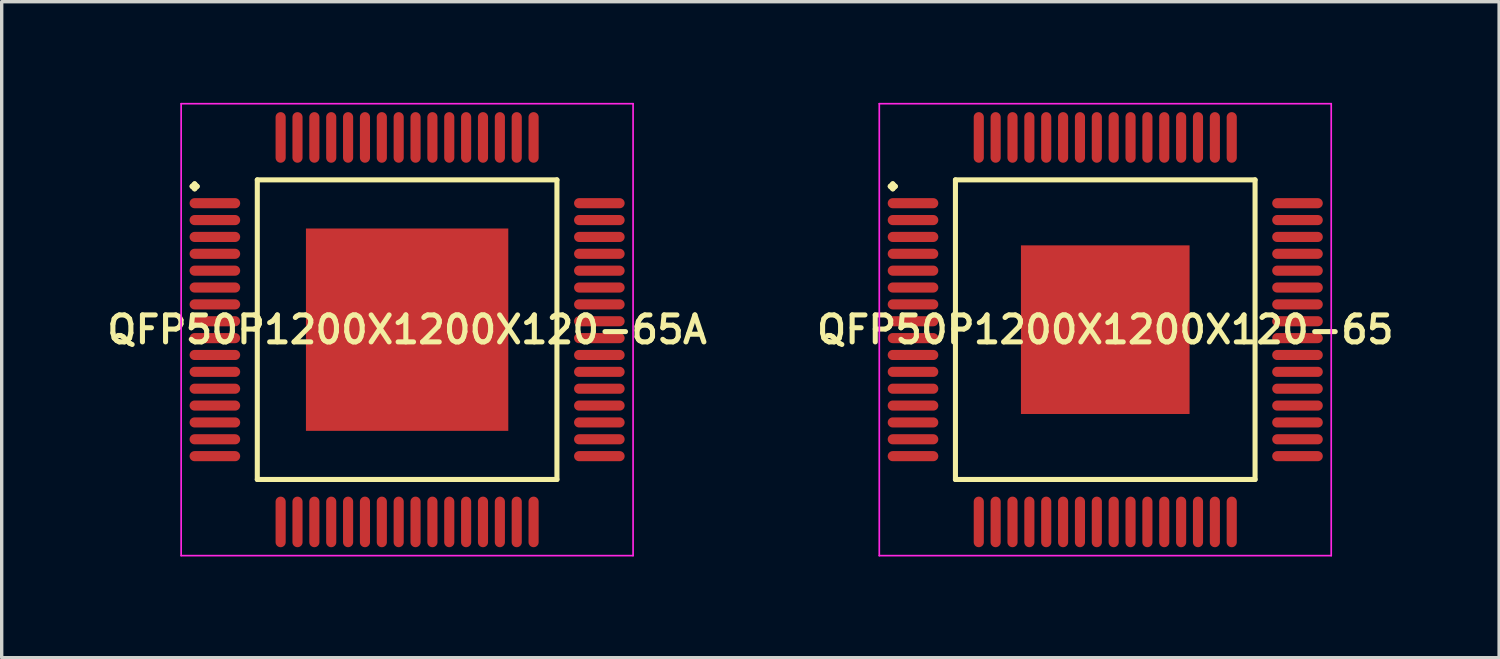
<source format=kicad_pcb>
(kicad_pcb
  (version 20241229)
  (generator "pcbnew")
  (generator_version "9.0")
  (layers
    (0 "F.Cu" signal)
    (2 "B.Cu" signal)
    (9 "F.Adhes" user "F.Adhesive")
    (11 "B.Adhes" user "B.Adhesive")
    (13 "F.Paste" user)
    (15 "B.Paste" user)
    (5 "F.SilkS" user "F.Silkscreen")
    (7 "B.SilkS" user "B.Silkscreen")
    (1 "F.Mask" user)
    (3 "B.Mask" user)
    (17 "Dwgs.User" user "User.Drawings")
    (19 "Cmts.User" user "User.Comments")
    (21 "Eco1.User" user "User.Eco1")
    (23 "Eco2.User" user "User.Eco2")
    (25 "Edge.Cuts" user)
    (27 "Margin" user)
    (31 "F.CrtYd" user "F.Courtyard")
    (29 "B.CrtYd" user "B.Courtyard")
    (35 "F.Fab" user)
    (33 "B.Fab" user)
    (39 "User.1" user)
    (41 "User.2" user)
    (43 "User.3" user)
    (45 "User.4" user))
  (footprint "QFP50P1200X1200X120-65"
    (layer "F.Cu")
    (at 29.721 6.725)
    (property "Reference" "QFP50P1200X1200X120-65" (at 0 0 0) (layer "F.SilkS") (effects (font (size 0.8 0.8) (thickness 0.15))))
    (attr smd)
    (fp_line (start -6.375 -4.25) (end -6.3 -4.325) (stroke (width 0.15) (type solid)) (layer "F.SilkS"))
    (fp_line (start -6.3 -4.325) (end -6.225 -4.25) (stroke (width 0.15) (type solid)) (layer "F.SilkS"))
    (fp_line (start -6.3 -4.175) (end -6.375 -4.25) (stroke (width 0.15) (type solid)) (layer "F.SilkS"))
    (fp_line (start -6.225 -4.25) (end -6.3 -4.175) (stroke (width 0.15) (type solid)) (layer "F.SilkS"))
    (fp_line (start -4.442 -4.442) (end -4.442 4.442) (stroke (width 0.15) (type solid)) (layer "F.SilkS"))
    (fp_line (start -4.442 4.442) (end 4.442 4.442) (stroke (width 0.15) (type solid)) (layer "F.SilkS"))
    (fp_line (start 4.442 -4.442) (end -4.442 -4.442) (stroke (width 0.15) (type solid)) (layer "F.SilkS"))
    (fp_line (start 4.442 4.442) (end 4.442 -4.442) (stroke (width 0.15) (type solid)) (layer "F.SilkS"))
    (fp_line (start -6.7 -6.7) (end 6.7 -6.7) (stroke (width 0.05) (type solid)) (layer "F.CrtYd"))
    (fp_line (start -6.7 6.7) (end -6.7 -6.7) (stroke (width 0.05) (type solid)) (layer "F.CrtYd"))
    (fp_line (start 6.7 -6.7) (end 6.7 6.7) (stroke (width 0.05) (type solid)) (layer "F.CrtYd"))
    (fp_line (start 6.7 6.7) (end -6.7 6.7) (stroke (width 0.05) (type solid)) (layer "F.CrtYd"))
    (pad "1" smd oval (at -5.7 -3.75) (size 1.5 0.3) (layers "F.Cu" "F.Mask" "F.Paste"))
    (pad "2" smd oval (at -5.7 -3.25) (size 1.5 0.3) (layers "F.Cu" "F.Mask" "F.Paste"))
    (pad "3" smd oval (at -5.7 -2.75) (size 1.5 0.3) (layers "F.Cu" "F.Mask" "F.Paste"))
    (pad "4" smd oval (at -5.7 -2.25) (size 1.5 0.3) (layers "F.Cu" "F.Mask" "F.Paste"))
    (pad "5" smd oval (at -5.7 -1.75) (size 1.5 0.3) (layers "F.Cu" "F.Mask" "F.Paste"))
    (pad "6" smd oval (at -5.7 -1.25) (size 1.5 0.3) (layers "F.Cu" "F.Mask" "F.Paste"))
    (pad "7" smd oval (at -5.7 -0.75) (size 1.5 0.3) (layers "F.Cu" "F.Mask" "F.Paste"))
    (pad "8" smd oval (at -5.7 -0.25) (size 1.5 0.3) (layers "F.Cu" "F.Mask" "F.Paste"))
    (pad "9" smd oval (at -5.7 0.25) (size 1.5 0.3) (layers "F.Cu" "F.Mask" "F.Paste"))
    (pad "10" smd oval (at -5.7 0.75) (size 1.5 0.3) (layers "F.Cu" "F.Mask" "F.Paste"))
    (pad "11" smd oval (at -5.7 1.25) (size 1.5 0.3) (layers "F.Cu" "F.Mask" "F.Paste"))
    (pad "12" smd oval (at -5.7 1.75) (size 1.5 0.3) (layers "F.Cu" "F.Mask" "F.Paste"))
    (pad "13" smd oval (at -5.7 2.25) (size 1.5 0.3) (layers "F.Cu" "F.Mask" "F.Paste"))
    (pad "14" smd oval (at -5.7 2.75) (size 1.5 0.3) (layers "F.Cu" "F.Mask" "F.Paste"))
    (pad "15" smd oval (at -5.7 3.25) (size 1.5 0.3) (layers "F.Cu" "F.Mask" "F.Paste"))
    (pad "16" smd oval (at -5.7 3.75) (size 1.5 0.3) (layers "F.Cu" "F.Mask" "F.Paste"))
    (pad "17" smd oval (at -3.75 5.7) (size 0.3 1.5) (layers "F.Cu" "F.Mask" "F.Paste"))
    (pad "18" smd oval (at -3.25 5.7) (size 0.3 1.5) (layers "F.Cu" "F.Mask" "F.Paste"))
    (pad "19" smd oval (at -2.75 5.7) (size 0.3 1.5) (layers "F.Cu" "F.Mask" "F.Paste"))
    (pad "20" smd oval (at -2.25 5.7) (size 0.3 1.5) (layers "F.Cu" "F.Mask" "F.Paste"))
    (pad "21" smd oval (at -1.75 5.7) (size 0.3 1.5) (layers "F.Cu" "F.Mask" "F.Paste"))
    (pad "22" smd oval (at -1.25 5.7) (size 0.3 1.5) (layers "F.Cu" "F.Mask" "F.Paste"))
    (pad "23" smd oval (at -0.75 5.7) (size 0.3 1.5) (layers "F.Cu" "F.Mask" "F.Paste"))
    (pad "24" smd oval (at -0.25 5.7) (size 0.3 1.5) (layers "F.Cu" "F.Mask" "F.Paste"))
    (pad "25" smd oval (at 0.25 5.7) (size 0.3 1.5) (layers "F.Cu" "F.Mask" "F.Paste"))
    (pad "26" smd oval (at 0.75 5.7) (size 0.3 1.5) (layers "F.Cu" "F.Mask" "F.Paste"))
    (pad "27" smd oval (at 1.25 5.7) (size 0.3 1.5) (layers "F.Cu" "F.Mask" "F.Paste"))
    (pad "28" smd oval (at 1.75 5.7) (size 0.3 1.5) (layers "F.Cu" "F.Mask" "F.Paste"))
    (pad "29" smd oval (at 2.25 5.7) (size 0.3 1.5) (layers "F.Cu" "F.Mask" "F.Paste"))
    (pad "30" smd oval (at 2.75 5.7) (size 0.3 1.5) (layers "F.Cu" "F.Mask" "F.Paste"))
    (pad "31" smd oval (at 3.25 5.7) (size 0.3 1.5) (layers "F.Cu" "F.Mask" "F.Paste"))
    (pad "32" smd oval (at 3.75 5.7) (size 0.3 1.5) (layers "F.Cu" "F.Mask" "F.Paste"))
    (pad "33" smd oval (at 5.7 3.75) (size 1.5 0.3) (layers "F.Cu" "F.Mask" "F.Paste"))
    (pad "34" smd oval (at 5.7 3.25) (size 1.5 0.3) (layers "F.Cu" "F.Mask" "F.Paste"))
    (pad "35" smd oval (at 5.7 2.75) (size 1.5 0.3) (layers "F.Cu" "F.Mask" "F.Paste"))
    (pad "36" smd oval (at 5.7 2.25) (size 1.5 0.3) (layers "F.Cu" "F.Mask" "F.Paste"))
    (pad "37" smd oval (at 5.7 1.75) (size 1.5 0.3) (layers "F.Cu" "F.Mask" "F.Paste"))
    (pad "38" smd oval (at 5.7 1.25) (size 1.5 0.3) (layers "F.Cu" "F.Mask" "F.Paste"))
    (pad "39" smd oval (at 5.7 0.75) (size 1.5 0.3) (layers "F.Cu" "F.Mask" "F.Paste"))
    (pad "40" smd oval (at 5.7 0.25) (size 1.5 0.3) (layers "F.Cu" "F.Mask" "F.Paste"))
    (pad "41" smd oval (at 5.7 -0.25) (size 1.5 0.3) (layers "F.Cu" "F.Mask" "F.Paste"))
    (pad "42" smd oval (at 5.7 -0.75) (size 1.5 0.3) (layers "F.Cu" "F.Mask" "F.Paste"))
    (pad "43" smd oval (at 5.7 -1.25) (size 1.5 0.3) (layers "F.Cu" "F.Mask" "F.Paste"))
    (pad "44" smd oval (at 5.7 -1.75) (size 1.5 0.3) (layers "F.Cu" "F.Mask" "F.Paste"))
    (pad "45" smd oval (at 5.7 -2.25) (size 1.5 0.3) (layers "F.Cu" "F.Mask" "F.Paste"))
    (pad "46" smd oval (at 5.7 -2.75) (size 1.5 0.3) (layers "F.Cu" "F.Mask" "F.Paste"))
    (pad "47" smd oval (at 5.7 -3.25) (size 1.5 0.3) (layers "F.Cu" "F.Mask" "F.Paste"))
    (pad "48" smd oval (at 5.7 -3.75) (size 1.5 0.3) (layers "F.Cu" "F.Mask" "F.Paste"))
    (pad "49" smd oval (at 3.75 -5.7) (size 0.3 1.5) (layers "F.Cu" "F.Mask" "F.Paste"))
    (pad "50" smd oval (at 3.25 -5.7) (size 0.3 1.5) (layers "F.Cu" "F.Mask" "F.Paste"))
    (pad "51" smd oval (at 2.75 -5.7) (size 0.3 1.5) (layers "F.Cu" "F.Mask" "F.Paste"))
    (pad "52" smd oval (at 2.25 -5.7) (size 0.3 1.5) (layers "F.Cu" "F.Mask" "F.Paste"))
    (pad "53" smd oval (at 1.75 -5.7) (size 0.3 1.5) (layers "F.Cu" "F.Mask" "F.Paste"))
    (pad "54" smd oval (at 1.25 -5.7) (size 0.3 1.5) (layers "F.Cu" "F.Mask" "F.Paste"))
    (pad "55" smd oval (at 0.75 -5.7) (size 0.3 1.5) (layers "F.Cu" "F.Mask" "F.Paste"))
    (pad "56" smd oval (at 0.25 -5.7) (size 0.3 1.5) (layers "F.Cu" "F.Mask" "F.Paste"))
    (pad "57" smd oval (at -0.25 -5.7) (size 0.3 1.5) (layers "F.Cu" "F.Mask" "F.Paste"))
    (pad "58" smd oval (at -0.75 -5.7) (size 0.3 1.5) (layers "F.Cu" "F.Mask" "F.Paste"))
    (pad "59" smd oval (at -1.25 -5.7) (size 0.3 1.5) (layers "F.Cu" "F.Mask" "F.Paste"))
    (pad "60" smd oval (at -1.75 -5.7) (size 0.3 1.5) (layers "F.Cu" "F.Mask" "F.Paste"))
    (pad "61" smd oval (at -2.25 -5.7) (size 0.3 1.5) (layers "F.Cu" "F.Mask" "F.Paste"))
    (pad "62" smd oval (at -2.75 -5.7) (size 0.3 1.5) (layers "F.Cu" "F.Mask" "F.Paste"))
    (pad "63" smd oval (at -3.25 -5.7) (size 0.3 1.5) (layers "F.Cu" "F.Mask" "F.Paste"))
    (pad "64" smd oval (at -3.75 -5.7) (size 0.3 1.5) (layers "F.Cu" "F.Mask" "F.Paste"))
    (pad "65" smd rect (at 0 0) (size 5 5) (layers "F.Cu" "F.Mask" "F.Paste")))
  (footprint "QFP50P1200X1200X120-65A"
    (layer "F.Cu")
    (at 9.021 6.725)
    (property "Reference" "QFP50P1200X1200X120-65A" (at 0 0 0) (layer "F.SilkS") (effects (font (size 0.8 0.8) (thickness 0.15))))
    (attr smd)
    (fp_line (start -6.375 -4.25) (end -6.3 -4.325) (stroke (width 0.15) (type solid)) (layer "F.SilkS"))
    (fp_line (start -6.3 -4.325) (end -6.225 -4.25) (stroke (width 0.15) (type solid)) (layer "F.SilkS"))
    (fp_line (start -6.3 -4.175) (end -6.375 -4.25) (stroke (width 0.15) (type solid)) (layer "F.SilkS"))
    (fp_line (start -6.225 -4.25) (end -6.3 -4.175) (stroke (width 0.15) (type solid)) (layer "F.SilkS"))
    (fp_line (start -4.442 -4.442) (end -4.442 4.442) (stroke (width 0.15) (type solid)) (layer "F.SilkS"))
    (fp_line (start -4.442 4.442) (end 4.442 4.442) (stroke (width 0.15) (type solid)) (layer "F.SilkS"))
    (fp_line (start 4.442 -4.442) (end -4.442 -4.442) (stroke (width 0.15) (type solid)) (layer "F.SilkS"))
    (fp_line (start 4.442 4.442) (end 4.442 -4.442) (stroke (width 0.15) (type solid)) (layer "F.SilkS"))
    (fp_line (start -6.7 -6.7) (end 6.7 -6.7) (stroke (width 0.05) (type solid)) (layer "F.CrtYd"))
    (fp_line (start -6.7 6.7) (end -6.7 -6.7) (stroke (width 0.05) (type solid)) (layer "F.CrtYd"))
    (fp_line (start 6.7 -6.7) (end 6.7 6.7) (stroke (width 0.05) (type solid)) (layer "F.CrtYd"))
    (fp_line (start 6.7 6.7) (end -6.7 6.7) (stroke (width 0.05) (type solid)) (layer "F.CrtYd"))
    (pad "1" smd oval (at -5.7 -3.75) (size 1.5 0.3) (layers "F.Cu" "F.Mask" "F.Paste"))
    (pad "2" smd oval (at -5.7 -3.25) (size 1.5 0.3) (layers "F.Cu" "F.Mask" "F.Paste"))
    (pad "3" smd oval (at -5.7 -2.75) (size 1.5 0.3) (layers "F.Cu" "F.Mask" "F.Paste"))
    (pad "4" smd oval (at -5.7 -2.25) (size 1.5 0.3) (layers "F.Cu" "F.Mask" "F.Paste"))
    (pad "5" smd oval (at -5.7 -1.75) (size 1.5 0.3) (layers "F.Cu" "F.Mask" "F.Paste"))
    (pad "6" smd oval (at -5.7 -1.25) (size 1.5 0.3) (layers "F.Cu" "F.Mask" "F.Paste"))
    (pad "7" smd oval (at -5.7 -0.75) (size 1.5 0.3) (layers "F.Cu" "F.Mask" "F.Paste"))
    (pad "8" smd oval (at -5.7 -0.25) (size 1.5 0.3) (layers "F.Cu" "F.Mask" "F.Paste"))
    (pad "9" smd oval (at -5.7 0.25) (size 1.5 0.3) (layers "F.Cu" "F.Mask" "F.Paste"))
    (pad "10" smd oval (at -5.7 0.75) (size 1.5 0.3) (layers "F.Cu" "F.Mask" "F.Paste"))
    (pad "11" smd oval (at -5.7 1.25) (size 1.5 0.3) (layers "F.Cu" "F.Mask" "F.Paste"))
    (pad "12" smd oval (at -5.7 1.75) (size 1.5 0.3) (layers "F.Cu" "F.Mask" "F.Paste"))
    (pad "13" smd oval (at -5.7 2.25) (size 1.5 0.3) (layers "F.Cu" "F.Mask" "F.Paste"))
    (pad "14" smd oval (at -5.7 2.75) (size 1.5 0.3) (layers "F.Cu" "F.Mask" "F.Paste"))
    (pad "15" smd oval (at -5.7 3.25) (size 1.5 0.3) (layers "F.Cu" "F.Mask" "F.Paste"))
    (pad "16" smd oval (at -5.7 3.75) (size 1.5 0.3) (layers "F.Cu" "F.Mask" "F.Paste"))
    (pad "17" smd oval (at -3.75 5.7) (size 0.3 1.5) (layers "F.Cu" "F.Mask" "F.Paste"))
    (pad "18" smd oval (at -3.25 5.7) (size 0.3 1.5) (layers "F.Cu" "F.Mask" "F.Paste"))
    (pad "19" smd oval (at -2.75 5.7) (size 0.3 1.5) (layers "F.Cu" "F.Mask" "F.Paste"))
    (pad "20" smd oval (at -2.25 5.7) (size 0.3 1.5) (layers "F.Cu" "F.Mask" "F.Paste"))
    (pad "21" smd oval (at -1.75 5.7) (size 0.3 1.5) (layers "F.Cu" "F.Mask" "F.Paste"))
    (pad "22" smd oval (at -1.25 5.7) (size 0.3 1.5) (layers "F.Cu" "F.Mask" "F.Paste"))
    (pad "23" smd oval (at -0.75 5.7) (size 0.3 1.5) (layers "F.Cu" "F.Mask" "F.Paste"))
    (pad "24" smd oval (at -0.25 5.7) (size 0.3 1.5) (layers "F.Cu" "F.Mask" "F.Paste"))
    (pad "25" smd oval (at 0.25 5.7) (size 0.3 1.5) (layers "F.Cu" "F.Mask" "F.Paste"))
    (pad "26" smd oval (at 0.75 5.7) (size 0.3 1.5) (layers "F.Cu" "F.Mask" "F.Paste"))
    (pad "27" smd oval (at 1.25 5.7) (size 0.3 1.5) (layers "F.Cu" "F.Mask" "F.Paste"))
    (pad "28" smd oval (at 1.75 5.7) (size 0.3 1.5) (layers "F.Cu" "F.Mask" "F.Paste"))
    (pad "29" smd oval (at 2.25 5.7) (size 0.3 1.5) (layers "F.Cu" "F.Mask" "F.Paste"))
    (pad "30" smd oval (at 2.75 5.7) (size 0.3 1.5) (layers "F.Cu" "F.Mask" "F.Paste"))
    (pad "31" smd oval (at 3.25 5.7) (size 0.3 1.5) (layers "F.Cu" "F.Mask" "F.Paste"))
    (pad "32" smd oval (at 3.75 5.7) (size 0.3 1.5) (layers "F.Cu" "F.Mask" "F.Paste"))
    (pad "33" smd oval (at 5.7 3.75) (size 1.5 0.3) (layers "F.Cu" "F.Mask" "F.Paste"))
    (pad "34" smd oval (at 5.7 3.25) (size 1.5 0.3) (layers "F.Cu" "F.Mask" "F.Paste"))
    (pad "35" smd oval (at 5.7 2.75) (size 1.5 0.3) (layers "F.Cu" "F.Mask" "F.Paste"))
    (pad "36" smd oval (at 5.7 2.25) (size 1.5 0.3) (layers "F.Cu" "F.Mask" "F.Paste"))
    (pad "37" smd oval (at 5.7 1.75) (size 1.5 0.3) (layers "F.Cu" "F.Mask" "F.Paste"))
    (pad "38" smd oval (at 5.7 1.25) (size 1.5 0.3) (layers "F.Cu" "F.Mask" "F.Paste"))
    (pad "39" smd oval (at 5.7 0.75) (size 1.5 0.3) (layers "F.Cu" "F.Mask" "F.Paste"))
    (pad "40" smd oval (at 5.7 0.25) (size 1.5 0.3) (layers "F.Cu" "F.Mask" "F.Paste"))
    (pad "41" smd oval (at 5.7 -0.25) (size 1.5 0.3) (layers "F.Cu" "F.Mask" "F.Paste"))
    (pad "42" smd oval (at 5.7 -0.75) (size 1.5 0.3) (layers "F.Cu" "F.Mask" "F.Paste"))
    (pad "43" smd oval (at 5.7 -1.25) (size 1.5 0.3) (layers "F.Cu" "F.Mask" "F.Paste"))
    (pad "44" smd oval (at 5.7 -1.75) (size 1.5 0.3) (layers "F.Cu" "F.Mask" "F.Paste"))
    (pad "45" smd oval (at 5.7 -2.25) (size 1.5 0.3) (layers "F.Cu" "F.Mask" "F.Paste"))
    (pad "46" smd oval (at 5.7 -2.75) (size 1.5 0.3) (layers "F.Cu" "F.Mask" "F.Paste"))
    (pad "47" smd oval (at 5.7 -3.25) (size 1.5 0.3) (layers "F.Cu" "F.Mask" "F.Paste"))
    (pad "48" smd oval (at 5.7 -3.75) (size 1.5 0.3) (layers "F.Cu" "F.Mask" "F.Paste"))
    (pad "49" smd oval (at 3.75 -5.7) (size 0.3 1.5) (layers "F.Cu" "F.Mask" "F.Paste"))
    (pad "50" smd oval (at 3.25 -5.7) (size 0.3 1.5) (layers "F.Cu" "F.Mask" "F.Paste"))
    (pad "51" smd oval (at 2.75 -5.7) (size 0.3 1.5) (layers "F.Cu" "F.Mask" "F.Paste"))
    (pad "52" smd oval (at 2.25 -5.7) (size 0.3 1.5) (layers "F.Cu" "F.Mask" "F.Paste"))
    (pad "53" smd oval (at 1.75 -5.7) (size 0.3 1.5) (layers "F.Cu" "F.Mask" "F.Paste"))
    (pad "54" smd oval (at 1.25 -5.7) (size 0.3 1.5) (layers "F.Cu" "F.Mask" "F.Paste"))
    (pad "55" smd oval (at 0.75 -5.7) (size 0.3 1.5) (layers "F.Cu" "F.Mask" "F.Paste"))
    (pad "56" smd oval (at 0.25 -5.7) (size 0.3 1.5) (layers "F.Cu" "F.Mask" "F.Paste"))
    (pad "57" smd oval (at -0.25 -5.7) (size 0.3 1.5) (layers "F.Cu" "F.Mask" "F.Paste"))
    (pad "58" smd oval (at -0.75 -5.7) (size 0.3 1.5) (layers "F.Cu" "F.Mask" "F.Paste"))
    (pad "59" smd oval (at -1.25 -5.7) (size 0.3 1.5) (layers "F.Cu" "F.Mask" "F.Paste"))
    (pad "60" smd oval (at -1.75 -5.7) (size 0.3 1.5) (layers "F.Cu" "F.Mask" "F.Paste"))
    (pad "61" smd oval (at -2.25 -5.7) (size 0.3 1.5) (layers "F.Cu" "F.Mask" "F.Paste"))
    (pad "62" smd oval (at -2.75 -5.7) (size 0.3 1.5) (layers "F.Cu" "F.Mask" "F.Paste"))
    (pad "63" smd oval (at -3.25 -5.7) (size 0.3 1.5) (layers "F.Cu" "F.Mask" "F.Paste"))
    (pad "64" smd oval (at -3.75 -5.7) (size 0.3 1.5) (layers "F.Cu" "F.Mask" "F.Paste"))
    (pad "65" smd rect (at 0 0) (size 6 6) (layers "F.Cu" "F.Mask" "F.Paste")))
  (gr_rect
    (start -3 -3)
    (end 41.399 16.45)
    (stroke (width 0.1) (type default))
    (fill no)
    (layer "Edge.Cuts")))
</source>
